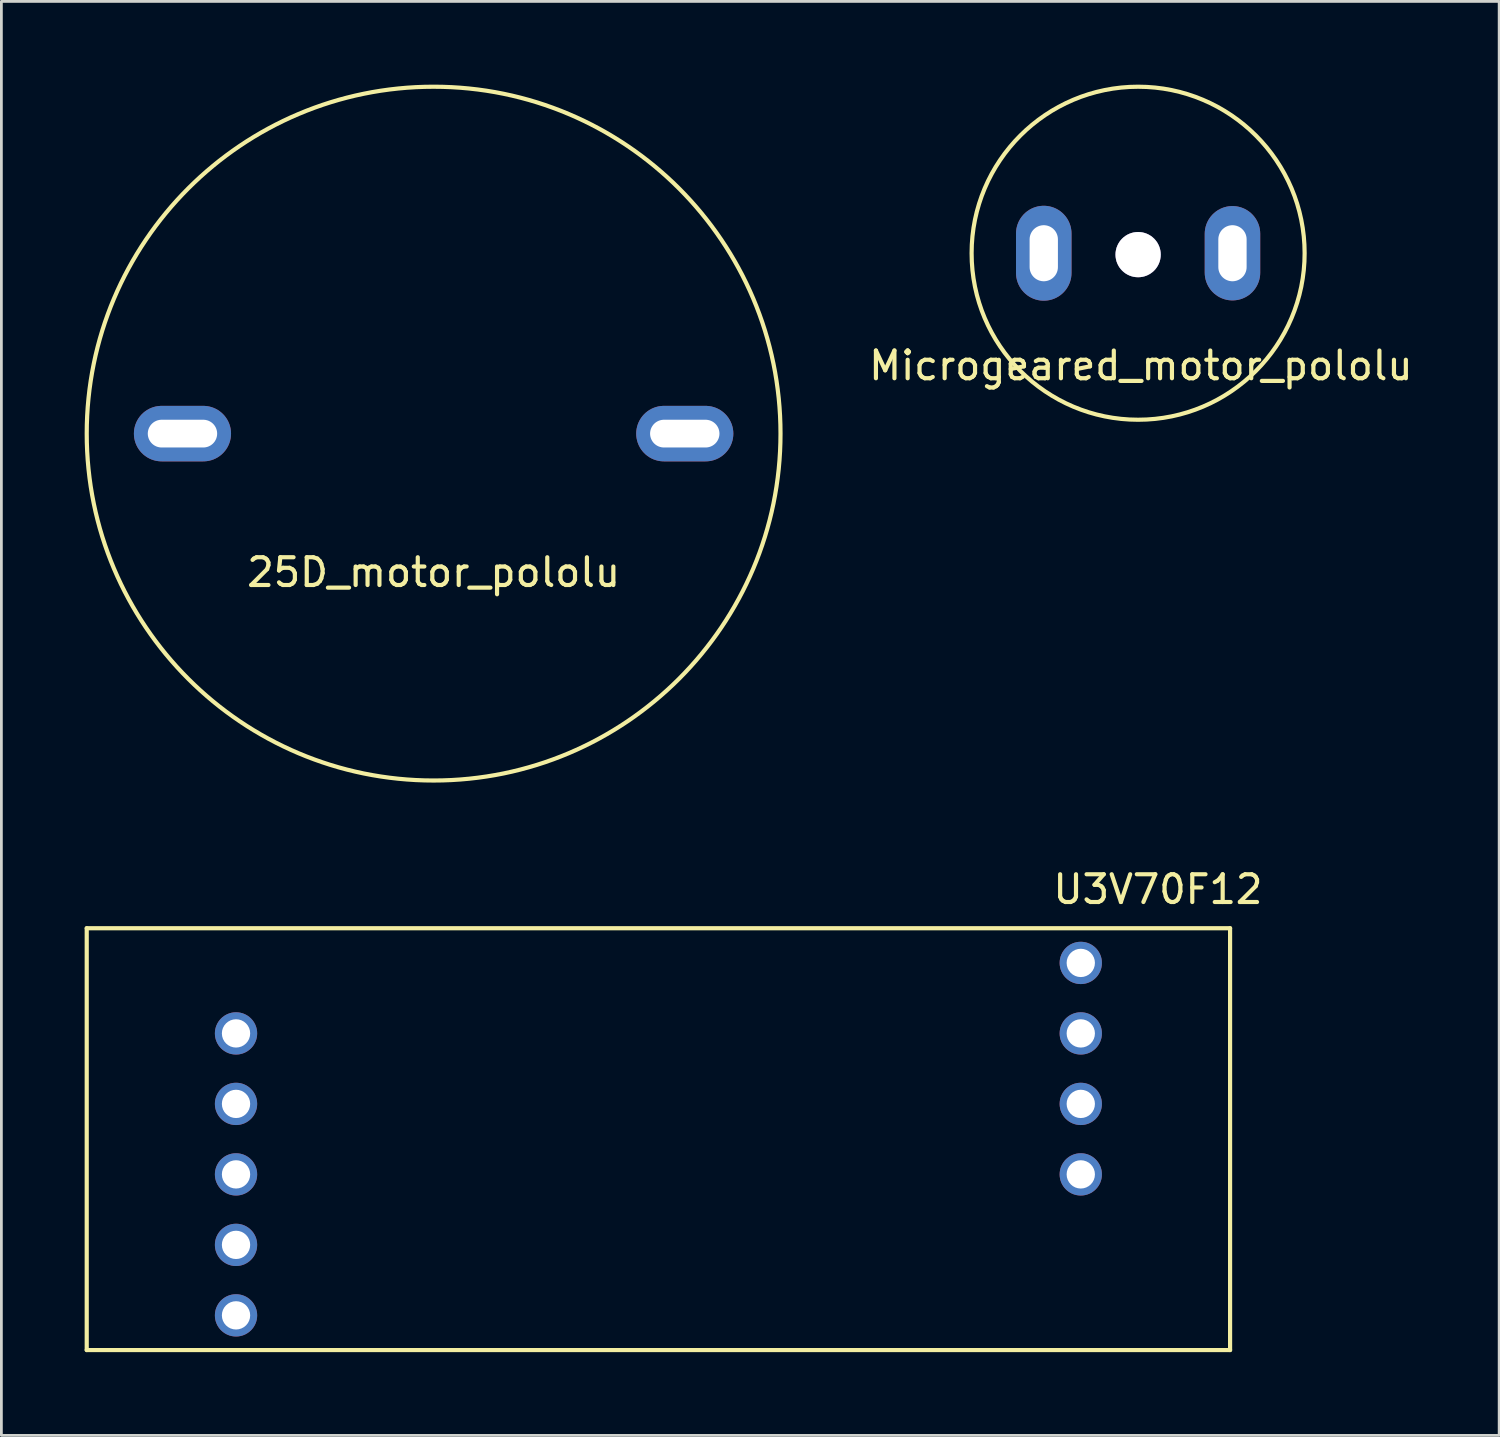
<source format=kicad_pcb>
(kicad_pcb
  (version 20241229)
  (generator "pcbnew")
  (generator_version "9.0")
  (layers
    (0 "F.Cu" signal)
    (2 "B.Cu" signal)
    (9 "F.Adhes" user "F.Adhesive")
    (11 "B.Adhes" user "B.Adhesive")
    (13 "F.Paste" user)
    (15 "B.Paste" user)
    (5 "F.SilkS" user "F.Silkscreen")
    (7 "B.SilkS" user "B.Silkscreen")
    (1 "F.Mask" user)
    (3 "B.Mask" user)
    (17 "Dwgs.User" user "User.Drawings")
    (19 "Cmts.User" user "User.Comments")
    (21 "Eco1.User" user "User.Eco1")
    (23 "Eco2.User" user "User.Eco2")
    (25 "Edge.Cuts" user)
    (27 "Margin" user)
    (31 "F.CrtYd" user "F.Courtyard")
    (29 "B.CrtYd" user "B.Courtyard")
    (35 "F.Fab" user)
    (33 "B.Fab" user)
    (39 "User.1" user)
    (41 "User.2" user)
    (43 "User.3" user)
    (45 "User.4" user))
  (footprint "25D_motor_pololu"
    (layer "F.Cu")
    (at 12.575 12.575)
    (property "Reference" "25D_motor_pololu" (at 0 5 0) (layer "F.SilkS") (effects (font (size 1 1) (thickness 0.15))))
    (attr through_hole)
    (fp_circle (center 0 0) (end 12.5 0) (stroke (width 0.15) (type solid)) (fill no) (layer "F.SilkS"))
    (pad "1" thru_hole oval (at -9.05 0) (size 3.5 2) (drill oval 2.5 1) (layers "*.Cu" "*.Mask"))
    (pad "2" thru_hole oval (at 9.05 0) (size 3.5 2) (drill oval 2.5 1) (layers "*.Cu" "*.Mask")))
  (footprint "Microgeared_motor_pololu"
    (layer "F.Cu")
    (at 37.961 6.075)
    (property "Reference" "Microgeared_motor_pololu" (at 0.1 4.05 0) (layer "F.SilkS") (effects (font (size 1 1) (thickness 0.15))))
    (attr through_hole)
    (fp_circle (center 0 0) (end 6 0) (stroke (width 0.15) (type solid)) (fill no) (layer "F.SilkS"))
    (pad "0" thru_hole circle (at 0 0.05) (size 1.63 1.63) (drill 1.63) (layers "*.Cu" "*.Mask"))
    (pad "1" thru_hole oval (at -3.4 0) (size 2 3.42) (drill oval 1.02 2.02) (layers "*.Cu" "*.Mask"))
    (pad "2" thru_hole oval (at 3.4 0) (size 2 3.4) (drill oval 1.02 2.02) (layers "*.Cu" "*.Mask")))
  (footprint "U3V70F12"
    (layer "F.Cu")
    (at 20.675 37.998)
    (property "Reference" "U3V70F12" (at 18 -9 0) (layer "F.SilkS") (effects (font (size 1 1) (thickness 0.15))))
    (attr through_hole)
    (fp_line (start -20.6 -7.6) (end 20.6 -7.6) (stroke (width 0.15) (type solid)) (layer "F.SilkS"))
    (fp_line (start -20.6 7.6) (end -20.6 -7.6) (stroke (width 0.15) (type solid)) (layer "F.SilkS"))
    (fp_line (start 20.6 -7.6) (end 20.6 7.6) (stroke (width 0.15) (type solid)) (layer "F.SilkS"))
    (fp_line (start 20.6 7.6) (end -20.6 7.6) (stroke (width 0.15) (type solid)) (layer "F.SilkS"))
    (pad "1" thru_hole circle (at -15.22 3.81 180) (size 1.524 1.524) (drill 1.02) (layers "*.Cu" "*.Mask"))
    (pad "1" thru_hole circle (at -15.22 6.35 180) (size 1.524 1.524) (drill 1.02) (layers "*.Cu" "*.Mask"))
    (pad "2" thru_hole circle (at -15.22 -3.81 180) (size 1.524 1.524) (drill 1.02) (layers "*.Cu" "*.Mask"))
    (pad "3" thru_hole circle (at 15.22 -1.27 180) (size 1.524 1.524) (drill 1.02) (layers "*.Cu" "*.Mask"))
    (pad "3" thru_hole circle (at 15.22 1.27 180) (size 1.524 1.524) (drill 1.02) (layers "*.Cu" "*.Mask"))
    (pad "4" thru_hole circle (at -15.22 -1.27 180) (size 1.524 1.524) (drill 1.02) (layers "*.Cu" "*.Mask"))
    (pad "4" thru_hole circle (at -15.22 1.27 180) (size 1.524 1.524) (drill 1.02) (layers "*.Cu" "*.Mask"))
    (pad "4" thru_hole circle (at 15.22 -6.35 180) (size 1.524 1.524) (drill 1.02) (layers "*.Cu" "*.Mask"))
    (pad "4" thru_hole circle (at 15.22 -3.81 180) (size 1.524 1.524) (drill 1.02) (layers "*.Cu" "*.Mask")))
  (gr_rect
    (start -3 -3)
    (end 50.971 48.673)
    (stroke (width 0.1) (type default))
    (fill no)
    (layer "Edge.Cuts")))
</source>
